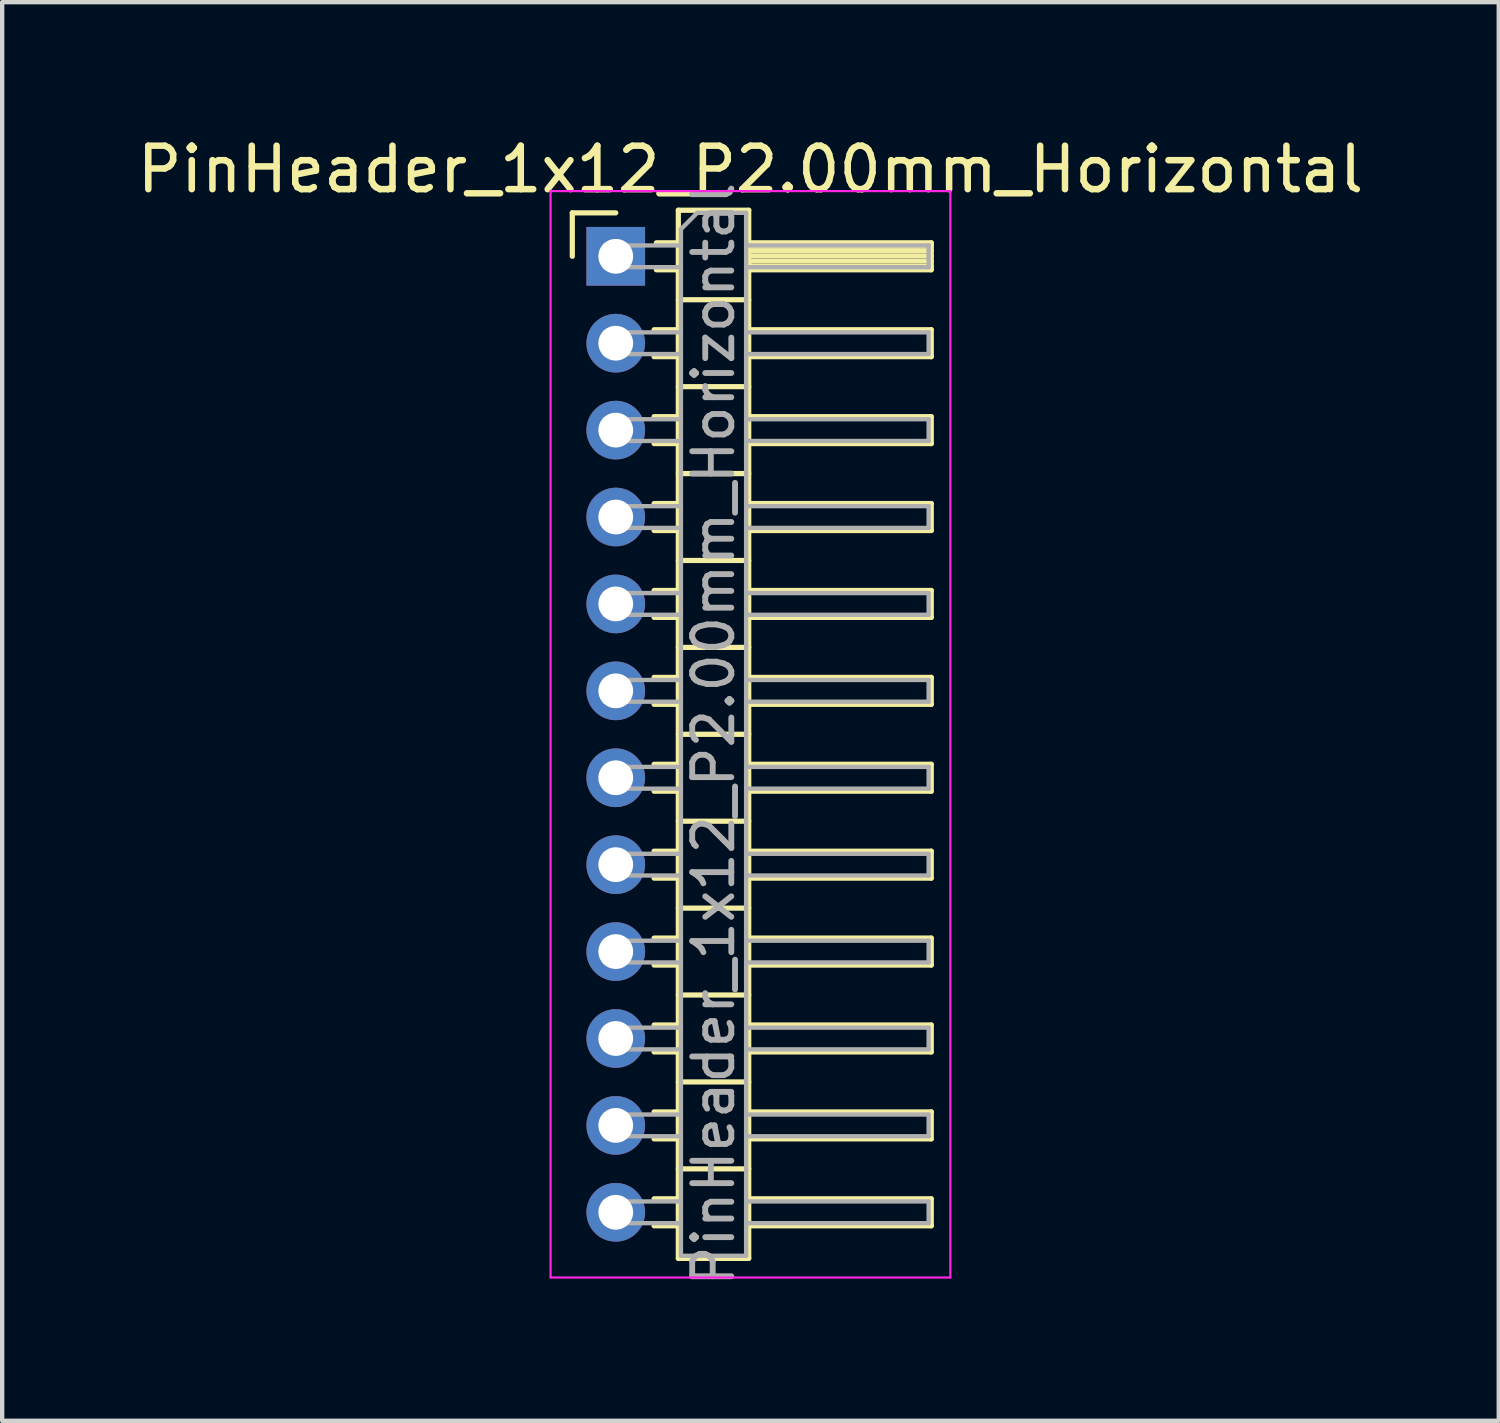
<source format=kicad_pcb>
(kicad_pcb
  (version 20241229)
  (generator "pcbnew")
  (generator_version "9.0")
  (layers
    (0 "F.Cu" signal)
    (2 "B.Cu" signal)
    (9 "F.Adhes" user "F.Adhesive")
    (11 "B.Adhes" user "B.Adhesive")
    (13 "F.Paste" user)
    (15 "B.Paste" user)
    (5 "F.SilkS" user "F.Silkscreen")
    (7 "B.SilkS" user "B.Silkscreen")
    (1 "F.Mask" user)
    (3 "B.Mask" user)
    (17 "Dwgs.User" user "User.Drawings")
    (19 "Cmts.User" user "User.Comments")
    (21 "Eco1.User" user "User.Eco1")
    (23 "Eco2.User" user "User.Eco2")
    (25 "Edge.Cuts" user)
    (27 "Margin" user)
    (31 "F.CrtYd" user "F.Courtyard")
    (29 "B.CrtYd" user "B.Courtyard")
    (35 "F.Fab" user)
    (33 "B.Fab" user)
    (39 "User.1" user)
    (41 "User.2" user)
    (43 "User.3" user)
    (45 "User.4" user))
  (footprint "PinHeader_1x12_P2.00mm_Horizontal"
    (layer "F.Cu")
    (at 11.12 2.848)
    (property "Reference" "PinHeader_1x12_P2.00mm_Horizontal" (at 3.1 -2 0) (layer "F.SilkS") (effects (font (size 1 1) (thickness 0.15))))
    (attr through_hole)
    (fp_line (start -1 -1) (end 0 -1) (stroke (width 0.12) (type solid)) (layer "F.SilkS"))
    (fp_line (start -1 0) (end -1 -1) (stroke (width 0.12) (type solid)) (layer "F.SilkS"))
    (fp_line (start 0.882 1.69) (end 1.44 1.69) (stroke (width 0.12) (type solid)) (layer "F.SilkS"))
    (fp_line (start 0.882 2.31) (end 1.44 2.31) (stroke (width 0.12) (type solid)) (layer "F.SilkS"))
    (fp_line (start 0.882 3.69) (end 1.44 3.69) (stroke (width 0.12) (type solid)) (layer "F.SilkS"))
    (fp_line (start 0.882 4.31) (end 1.44 4.31) (stroke (width 0.12) (type solid)) (layer "F.SilkS"))
    (fp_line (start 0.882 5.69) (end 1.44 5.69) (stroke (width 0.12) (type solid)) (layer "F.SilkS"))
    (fp_line (start 0.882 6.31) (end 1.44 6.31) (stroke (width 0.12) (type solid)) (layer "F.SilkS"))
    (fp_line (start 0.882 7.69) (end 1.44 7.69) (stroke (width 0.12) (type solid)) (layer "F.SilkS"))
    (fp_line (start 0.882 8.31) (end 1.44 8.31) (stroke (width 0.12) (type solid)) (layer "F.SilkS"))
    (fp_line (start 0.882 9.69) (end 1.44 9.69) (stroke (width 0.12) (type solid)) (layer "F.SilkS"))
    (fp_line (start 0.882 10.31) (end 1.44 10.31) (stroke (width 0.12) (type solid)) (layer "F.SilkS"))
    (fp_line (start 0.882 11.69) (end 1.44 11.69) (stroke (width 0.12) (type solid)) (layer "F.SilkS"))
    (fp_line (start 0.882 12.31) (end 1.44 12.31) (stroke (width 0.12) (type solid)) (layer "F.SilkS"))
    (fp_line (start 0.882 13.69) (end 1.44 13.69) (stroke (width 0.12) (type solid)) (layer "F.SilkS"))
    (fp_line (start 0.882 14.31) (end 1.44 14.31) (stroke (width 0.12) (type solid)) (layer "F.SilkS"))
    (fp_line (start 0.882 15.69) (end 1.44 15.69) (stroke (width 0.12) (type solid)) (layer "F.SilkS"))
    (fp_line (start 0.882 16.31) (end 1.44 16.31) (stroke (width 0.12) (type solid)) (layer "F.SilkS"))
    (fp_line (start 0.882 17.69) (end 1.44 17.69) (stroke (width 0.12) (type solid)) (layer "F.SilkS"))
    (fp_line (start 0.882 18.31) (end 1.44 18.31) (stroke (width 0.12) (type solid)) (layer "F.SilkS"))
    (fp_line (start 0.882 19.69) (end 1.44 19.69) (stroke (width 0.12) (type solid)) (layer "F.SilkS"))
    (fp_line (start 0.882 20.31) (end 1.44 20.31) (stroke (width 0.12) (type solid)) (layer "F.SilkS"))
    (fp_line (start 0.882 21.69) (end 1.44 21.69) (stroke (width 0.12) (type solid)) (layer "F.SilkS"))
    (fp_line (start 0.882 22.31) (end 1.44 22.31) (stroke (width 0.12) (type solid)) (layer "F.SilkS"))
    (fp_line (start 0.935 -0.31) (end 1.44 -0.31) (stroke (width 0.12) (type solid)) (layer "F.SilkS"))
    (fp_line (start 0.935 0.31) (end 1.44 0.31) (stroke (width 0.12) (type solid)) (layer "F.SilkS"))
    (fp_line (start 1.44 -1.06) (end 1.44 23.06) (stroke (width 0.12) (type solid)) (layer "F.SilkS"))
    (fp_line (start 1.44 1) (end 3.06 1) (stroke (width 0.12) (type solid)) (layer "F.SilkS"))
    (fp_line (start 1.44 3) (end 3.06 3) (stroke (width 0.12) (type solid)) (layer "F.SilkS"))
    (fp_line (start 1.44 5) (end 3.06 5) (stroke (width 0.12) (type solid)) (layer "F.SilkS"))
    (fp_line (start 1.44 7) (end 3.06 7) (stroke (width 0.12) (type solid)) (layer "F.SilkS"))
    (fp_line (start 1.44 9) (end 3.06 9) (stroke (width 0.12) (type solid)) (layer "F.SilkS"))
    (fp_line (start 1.44 11) (end 3.06 11) (stroke (width 0.12) (type solid)) (layer "F.SilkS"))
    (fp_line (start 1.44 13) (end 3.06 13) (stroke (width 0.12) (type solid)) (layer "F.SilkS"))
    (fp_line (start 1.44 15) (end 3.06 15) (stroke (width 0.12) (type solid)) (layer "F.SilkS"))
    (fp_line (start 1.44 17) (end 3.06 17) (stroke (width 0.12) (type solid)) (layer "F.SilkS"))
    (fp_line (start 1.44 19) (end 3.06 19) (stroke (width 0.12) (type solid)) (layer "F.SilkS"))
    (fp_line (start 1.44 21) (end 3.06 21) (stroke (width 0.12) (type solid)) (layer "F.SilkS"))
    (fp_line (start 1.44 23.06) (end 3.06 23.06) (stroke (width 0.12) (type solid)) (layer "F.SilkS"))
    (fp_line (start 3.06 -1.06) (end 1.44 -1.06) (stroke (width 0.12) (type solid)) (layer "F.SilkS"))
    (fp_line (start 3.06 -0.31) (end 7.26 -0.31) (stroke (width 0.12) (type solid)) (layer "F.SilkS"))
    (fp_line (start 3.06 -0.25) (end 7.26 -0.25) (stroke (width 0.12) (type solid)) (layer "F.SilkS"))
    (fp_line (start 3.06 -0.13) (end 7.26 -0.13) (stroke (width 0.12) (type solid)) (layer "F.SilkS"))
    (fp_line (start 3.06 -0.01) (end 7.26 -0.01) (stroke (width 0.12) (type solid)) (layer "F.SilkS"))
    (fp_line (start 3.06 0.11) (end 7.26 0.11) (stroke (width 0.12) (type solid)) (layer "F.SilkS"))
    (fp_line (start 3.06 0.23) (end 7.26 0.23) (stroke (width 0.12) (type solid)) (layer "F.SilkS"))
    (fp_line (start 3.06 1.69) (end 7.26 1.69) (stroke (width 0.12) (type solid)) (layer "F.SilkS"))
    (fp_line (start 3.06 3.69) (end 7.26 3.69) (stroke (width 0.12) (type solid)) (layer "F.SilkS"))
    (fp_line (start 3.06 5.69) (end 7.26 5.69) (stroke (width 0.12) (type solid)) (layer "F.SilkS"))
    (fp_line (start 3.06 7.69) (end 7.26 7.69) (stroke (width 0.12) (type solid)) (layer "F.SilkS"))
    (fp_line (start 3.06 9.69) (end 7.26 9.69) (stroke (width 0.12) (type solid)) (layer "F.SilkS"))
    (fp_line (start 3.06 11.69) (end 7.26 11.69) (stroke (width 0.12) (type solid)) (layer "F.SilkS"))
    (fp_line (start 3.06 13.69) (end 7.26 13.69) (stroke (width 0.12) (type solid)) (layer "F.SilkS"))
    (fp_line (start 3.06 15.69) (end 7.26 15.69) (stroke (width 0.12) (type solid)) (layer "F.SilkS"))
    (fp_line (start 3.06 17.69) (end 7.26 17.69) (stroke (width 0.12) (type solid)) (layer "F.SilkS"))
    (fp_line (start 3.06 19.69) (end 7.26 19.69) (stroke (width 0.12) (type solid)) (layer "F.SilkS"))
    (fp_line (start 3.06 21.69) (end 7.26 21.69) (stroke (width 0.12) (type solid)) (layer "F.SilkS"))
    (fp_line (start 3.06 23.06) (end 3.06 -1.06) (stroke (width 0.12) (type solid)) (layer "F.SilkS"))
    (fp_line (start 7.26 -0.31) (end 7.26 0.31) (stroke (width 0.12) (type solid)) (layer "F.SilkS"))
    (fp_line (start 7.26 0.31) (end 3.06 0.31) (stroke (width 0.12) (type solid)) (layer "F.SilkS"))
    (fp_line (start 7.26 1.69) (end 7.26 2.31) (stroke (width 0.12) (type solid)) (layer "F.SilkS"))
    (fp_line (start 7.26 2.31) (end 3.06 2.31) (stroke (width 0.12) (type solid)) (layer "F.SilkS"))
    (fp_line (start 7.26 3.69) (end 7.26 4.31) (stroke (width 0.12) (type solid)) (layer "F.SilkS"))
    (fp_line (start 7.26 4.31) (end 3.06 4.31) (stroke (width 0.12) (type solid)) (layer "F.SilkS"))
    (fp_line (start 7.26 5.69) (end 7.26 6.31) (stroke (width 0.12) (type solid)) (layer "F.SilkS"))
    (fp_line (start 7.26 6.31) (end 3.06 6.31) (stroke (width 0.12) (type solid)) (layer "F.SilkS"))
    (fp_line (start 7.26 7.69) (end 7.26 8.31) (stroke (width 0.12) (type solid)) (layer "F.SilkS"))
    (fp_line (start 7.26 8.31) (end 3.06 8.31) (stroke (width 0.12) (type solid)) (layer "F.SilkS"))
    (fp_line (start 7.26 9.69) (end 7.26 10.31) (stroke (width 0.12) (type solid)) (layer "F.SilkS"))
    (fp_line (start 7.26 10.31) (end 3.06 10.31) (stroke (width 0.12) (type solid)) (layer "F.SilkS"))
    (fp_line (start 7.26 11.69) (end 7.26 12.31) (stroke (width 0.12) (type solid)) (layer "F.SilkS"))
    (fp_line (start 7.26 12.31) (end 3.06 12.31) (stroke (width 0.12) (type solid)) (layer "F.SilkS"))
    (fp_line (start 7.26 13.69) (end 7.26 14.31) (stroke (width 0.12) (type solid)) (layer "F.SilkS"))
    (fp_line (start 7.26 14.31) (end 3.06 14.31) (stroke (width 0.12) (type solid)) (layer "F.SilkS"))
    (fp_line (start 7.26 15.69) (end 7.26 16.31) (stroke (width 0.12) (type solid)) (layer "F.SilkS"))
    (fp_line (start 7.26 16.31) (end 3.06 16.31) (stroke (width 0.12) (type solid)) (layer "F.SilkS"))
    (fp_line (start 7.26 17.69) (end 7.26 18.31) (stroke (width 0.12) (type solid)) (layer "F.SilkS"))
    (fp_line (start 7.26 18.31) (end 3.06 18.31) (stroke (width 0.12) (type solid)) (layer "F.SilkS"))
    (fp_line (start 7.26 19.69) (end 7.26 20.31) (stroke (width 0.12) (type solid)) (layer "F.SilkS"))
    (fp_line (start 7.26 20.31) (end 3.06 20.31) (stroke (width 0.12) (type solid)) (layer "F.SilkS"))
    (fp_line (start 7.26 21.69) (end 7.26 22.31) (stroke (width 0.12) (type solid)) (layer "F.SilkS"))
    (fp_line (start 7.26 22.31) (end 3.06 22.31) (stroke (width 0.12) (type solid)) (layer "F.SilkS"))
    (fp_line (start -1.5 -1.5) (end -1.5 23.5) (stroke (width 0.05) (type solid)) (layer "F.CrtYd"))
    (fp_line (start -1.5 23.5) (end 7.7 23.5) (stroke (width 0.05) (type solid)) (layer "F.CrtYd"))
    (fp_line (start 7.7 -1.5) (end -1.5 -1.5) (stroke (width 0.05) (type solid)) (layer "F.CrtYd"))
    (fp_line (start 7.7 23.5) (end 7.7 -1.5) (stroke (width 0.05) (type solid)) (layer "F.CrtYd"))
    (fp_line (start -0.25 -0.25) (end -0.25 0.25) (stroke (width 0.1) (type solid)) (layer "F.Fab"))
    (fp_line (start -0.25 -0.25) (end 1.5 -0.25) (stroke (width 0.1) (type solid)) (layer "F.Fab"))
    (fp_line (start -0.25 0.25) (end 1.5 0.25) (stroke (width 0.1) (type solid)) (layer "F.Fab"))
    (fp_line (start -0.25 1.75) (end -0.25 2.25) (stroke (width 0.1) (type solid)) (layer "F.Fab"))
    (fp_line (start -0.25 1.75) (end 1.5 1.75) (stroke (width 0.1) (type solid)) (layer "F.Fab"))
    (fp_line (start -0.25 2.25) (end 1.5 2.25) (stroke (width 0.1) (type solid)) (layer "F.Fab"))
    (fp_line (start -0.25 3.75) (end -0.25 4.25) (stroke (width 0.1) (type solid)) (layer "F.Fab"))
    (fp_line (start -0.25 3.75) (end 1.5 3.75) (stroke (width 0.1) (type solid)) (layer "F.Fab"))
    (fp_line (start -0.25 4.25) (end 1.5 4.25) (stroke (width 0.1) (type solid)) (layer "F.Fab"))
    (fp_line (start -0.25 5.75) (end -0.25 6.25) (stroke (width 0.1) (type solid)) (layer "F.Fab"))
    (fp_line (start -0.25 5.75) (end 1.5 5.75) (stroke (width 0.1) (type solid)) (layer "F.Fab"))
    (fp_line (start -0.25 6.25) (end 1.5 6.25) (stroke (width 0.1) (type solid)) (layer "F.Fab"))
    (fp_line (start -0.25 7.75) (end -0.25 8.25) (stroke (width 0.1) (type solid)) (layer "F.Fab"))
    (fp_line (start -0.25 7.75) (end 1.5 7.75) (stroke (width 0.1) (type solid)) (layer "F.Fab"))
    (fp_line (start -0.25 8.25) (end 1.5 8.25) (stroke (width 0.1) (type solid)) (layer "F.Fab"))
    (fp_line (start -0.25 9.75) (end -0.25 10.25) (stroke (width 0.1) (type solid)) (layer "F.Fab"))
    (fp_line (start -0.25 9.75) (end 1.5 9.75) (stroke (width 0.1) (type solid)) (layer "F.Fab"))
    (fp_line (start -0.25 10.25) (end 1.5 10.25) (stroke (width 0.1) (type solid)) (layer "F.Fab"))
    (fp_line (start -0.25 11.75) (end -0.25 12.25) (stroke (width 0.1) (type solid)) (layer "F.Fab"))
    (fp_line (start -0.25 11.75) (end 1.5 11.75) (stroke (width 0.1) (type solid)) (layer "F.Fab"))
    (fp_line (start -0.25 12.25) (end 1.5 12.25) (stroke (width 0.1) (type solid)) (layer "F.Fab"))
    (fp_line (start -0.25 13.75) (end -0.25 14.25) (stroke (width 0.1) (type solid)) (layer "F.Fab"))
    (fp_line (start -0.25 13.75) (end 1.5 13.75) (stroke (width 0.1) (type solid)) (layer "F.Fab"))
    (fp_line (start -0.25 14.25) (end 1.5 14.25) (stroke (width 0.1) (type solid)) (layer "F.Fab"))
    (fp_line (start -0.25 15.75) (end -0.25 16.25) (stroke (width 0.1) (type solid)) (layer "F.Fab"))
    (fp_line (start -0.25 15.75) (end 1.5 15.75) (stroke (width 0.1) (type solid)) (layer "F.Fab"))
    (fp_line (start -0.25 16.25) (end 1.5 16.25) (stroke (width 0.1) (type solid)) (layer "F.Fab"))
    (fp_line (start -0.25 17.75) (end -0.25 18.25) (stroke (width 0.1) (type solid)) (layer "F.Fab"))
    (fp_line (start -0.25 17.75) (end 1.5 17.75) (stroke (width 0.1) (type solid)) (layer "F.Fab"))
    (fp_line (start -0.25 18.25) (end 1.5 18.25) (stroke (width 0.1) (type solid)) (layer "F.Fab"))
    (fp_line (start -0.25 19.75) (end -0.25 20.25) (stroke (width 0.1) (type solid)) (layer "F.Fab"))
    (fp_line (start -0.25 19.75) (end 1.5 19.75) (stroke (width 0.1) (type solid)) (layer "F.Fab"))
    (fp_line (start -0.25 20.25) (end 1.5 20.25) (stroke (width 0.1) (type solid)) (layer "F.Fab"))
    (fp_line (start -0.25 21.75) (end -0.25 22.25) (stroke (width 0.1) (type solid)) (layer "F.Fab"))
    (fp_line (start -0.25 21.75) (end 1.5 21.75) (stroke (width 0.1) (type solid)) (layer "F.Fab"))
    (fp_line (start -0.25 22.25) (end 1.5 22.25) (stroke (width 0.1) (type solid)) (layer "F.Fab"))
    (fp_line (start 1.5 -0.625) (end 1.875 -1) (stroke (width 0.1) (type solid)) (layer "F.Fab"))
    (fp_line (start 1.5 23) (end 1.5 -0.625) (stroke (width 0.1) (type solid)) (layer "F.Fab"))
    (fp_line (start 1.875 -1) (end 3 -1) (stroke (width 0.1) (type solid)) (layer "F.Fab"))
    (fp_line (start 3 -1) (end 3 23) (stroke (width 0.1) (type solid)) (layer "F.Fab"))
    (fp_line (start 3 -0.25) (end 7.2 -0.25) (stroke (width 0.1) (type solid)) (layer "F.Fab"))
    (fp_line (start 3 0.25) (end 7.2 0.25) (stroke (width 0.1) (type solid)) (layer "F.Fab"))
    (fp_line (start 3 1.75) (end 7.2 1.75) (stroke (width 0.1) (type solid)) (layer "F.Fab"))
    (fp_line (start 3 2.25) (end 7.2 2.25) (stroke (width 0.1) (type solid)) (layer "F.Fab"))
    (fp_line (start 3 3.75) (end 7.2 3.75) (stroke (width 0.1) (type solid)) (layer "F.Fab"))
    (fp_line (start 3 4.25) (end 7.2 4.25) (stroke (width 0.1) (type solid)) (layer "F.Fab"))
    (fp_line (start 3 5.75) (end 7.2 5.75) (stroke (width 0.1) (type solid)) (layer "F.Fab"))
    (fp_line (start 3 6.25) (end 7.2 6.25) (stroke (width 0.1) (type solid)) (layer "F.Fab"))
    (fp_line (start 3 7.75) (end 7.2 7.75) (stroke (width 0.1) (type solid)) (layer "F.Fab"))
    (fp_line (start 3 8.25) (end 7.2 8.25) (stroke (width 0.1) (type solid)) (layer "F.Fab"))
    (fp_line (start 3 9.75) (end 7.2 9.75) (stroke (width 0.1) (type solid)) (layer "F.Fab"))
    (fp_line (start 3 10.25) (end 7.2 10.25) (stroke (width 0.1) (type solid)) (layer "F.Fab"))
    (fp_line (start 3 11.75) (end 7.2 11.75) (stroke (width 0.1) (type solid)) (layer "F.Fab"))
    (fp_line (start 3 12.25) (end 7.2 12.25) (stroke (width 0.1) (type solid)) (layer "F.Fab"))
    (fp_line (start 3 13.75) (end 7.2 13.75) (stroke (width 0.1) (type solid)) (layer "F.Fab"))
    (fp_line (start 3 14.25) (end 7.2 14.25) (stroke (width 0.1) (type solid)) (layer "F.Fab"))
    (fp_line (start 3 15.75) (end 7.2 15.75) (stroke (width 0.1) (type solid)) (layer "F.Fab"))
    (fp_line (start 3 16.25) (end 7.2 16.25) (stroke (width 0.1) (type solid)) (layer "F.Fab"))
    (fp_line (start 3 17.75) (end 7.2 17.75) (stroke (width 0.1) (type solid)) (layer "F.Fab"))
    (fp_line (start 3 18.25) (end 7.2 18.25) (stroke (width 0.1) (type solid)) (layer "F.Fab"))
    (fp_line (start 3 19.75) (end 7.2 19.75) (stroke (width 0.1) (type solid)) (layer "F.Fab"))
    (fp_line (start 3 20.25) (end 7.2 20.25) (stroke (width 0.1) (type solid)) (layer "F.Fab"))
    (fp_line (start 3 21.75) (end 7.2 21.75) (stroke (width 0.1) (type solid)) (layer "F.Fab"))
    (fp_line (start 3 22.25) (end 7.2 22.25) (stroke (width 0.1) (type solid)) (layer "F.Fab"))
    (fp_line (start 3 23) (end 1.5 23) (stroke (width 0.1) (type solid)) (layer "F.Fab"))
    (fp_line (start 7.2 -0.25) (end 7.2 0.25) (stroke (width 0.1) (type solid)) (layer "F.Fab"))
    (fp_line (start 7.2 1.75) (end 7.2 2.25) (stroke (width 0.1) (type solid)) (layer "F.Fab"))
    (fp_line (start 7.2 3.75) (end 7.2 4.25) (stroke (width 0.1) (type solid)) (layer "F.Fab"))
    (fp_line (start 7.2 5.75) (end 7.2 6.25) (stroke (width 0.1) (type solid)) (layer "F.Fab"))
    (fp_line (start 7.2 7.75) (end 7.2 8.25) (stroke (width 0.1) (type solid)) (layer "F.Fab"))
    (fp_line (start 7.2 9.75) (end 7.2 10.25) (stroke (width 0.1) (type solid)) (layer "F.Fab"))
    (fp_line (start 7.2 11.75) (end 7.2 12.25) (stroke (width 0.1) (type solid)) (layer "F.Fab"))
    (fp_line (start 7.2 13.75) (end 7.2 14.25) (stroke (width 0.1) (type solid)) (layer "F.Fab"))
    (fp_line (start 7.2 15.75) (end 7.2 16.25) (stroke (width 0.1) (type solid)) (layer "F.Fab"))
    (fp_line (start 7.2 17.75) (end 7.2 18.25) (stroke (width 0.1) (type solid)) (layer "F.Fab"))
    (fp_line (start 7.2 19.75) (end 7.2 20.25) (stroke (width 0.1) (type solid)) (layer "F.Fab"))
    (fp_line (start 7.2 21.75) (end 7.2 22.25) (stroke (width 0.1) (type solid)) (layer "F.Fab"))
    (fp_text user "${REFERENCE}" (at 2.25 11 90) (layer "F.Fab") (effects (font (size 0.9 0.9) (thickness 0.135))))
    (pad "1" thru_hole rect (at 0 0) (size 1.35 1.35) (drill 0.8) (layers "*.Cu" "*.Mask"))
    (pad "2" thru_hole oval (at 0 2) (size 1.35 1.35) (drill 0.8) (layers "*.Cu" "*.Mask"))
    (pad "3" thru_hole oval (at 0 4) (size 1.35 1.35) (drill 0.8) (layers "*.Cu" "*.Mask"))
    (pad "4" thru_hole oval (at 0 6) (size 1.35 1.35) (drill 0.8) (layers "*.Cu" "*.Mask"))
    (pad "5" thru_hole oval (at 0 8) (size 1.35 1.35) (drill 0.8) (layers "*.Cu" "*.Mask"))
    (pad "6" thru_hole oval (at 0 10) (size 1.35 1.35) (drill 0.8) (layers "*.Cu" "*.Mask"))
    (pad "7" thru_hole oval (at 0 12) (size 1.35 1.35) (drill 0.8) (layers "*.Cu" "*.Mask"))
    (pad "8" thru_hole oval (at 0 14) (size 1.35 1.35) (drill 0.8) (layers "*.Cu" "*.Mask"))
    (pad "9" thru_hole oval (at 0 16) (size 1.35 1.35) (drill 0.8) (layers "*.Cu" "*.Mask"))
    (pad "10" thru_hole oval (at 0 18) (size 1.35 1.35) (drill 0.8) (layers "*.Cu" "*.Mask"))
    (pad "11" thru_hole oval (at 0 20) (size 1.35 1.35) (drill 0.8) (layers "*.Cu" "*.Mask"))
    (pad "12" thru_hole oval (at 0 22) (size 1.35 1.35) (drill 0.8) (layers "*.Cu" "*.Mask")))
  (gr_rect
    (start -3 -3)
    (end 31.44 29.646)
    (stroke (width 0.1) (type default))
    (fill no)
    (layer "Edge.Cuts")))
</source>
